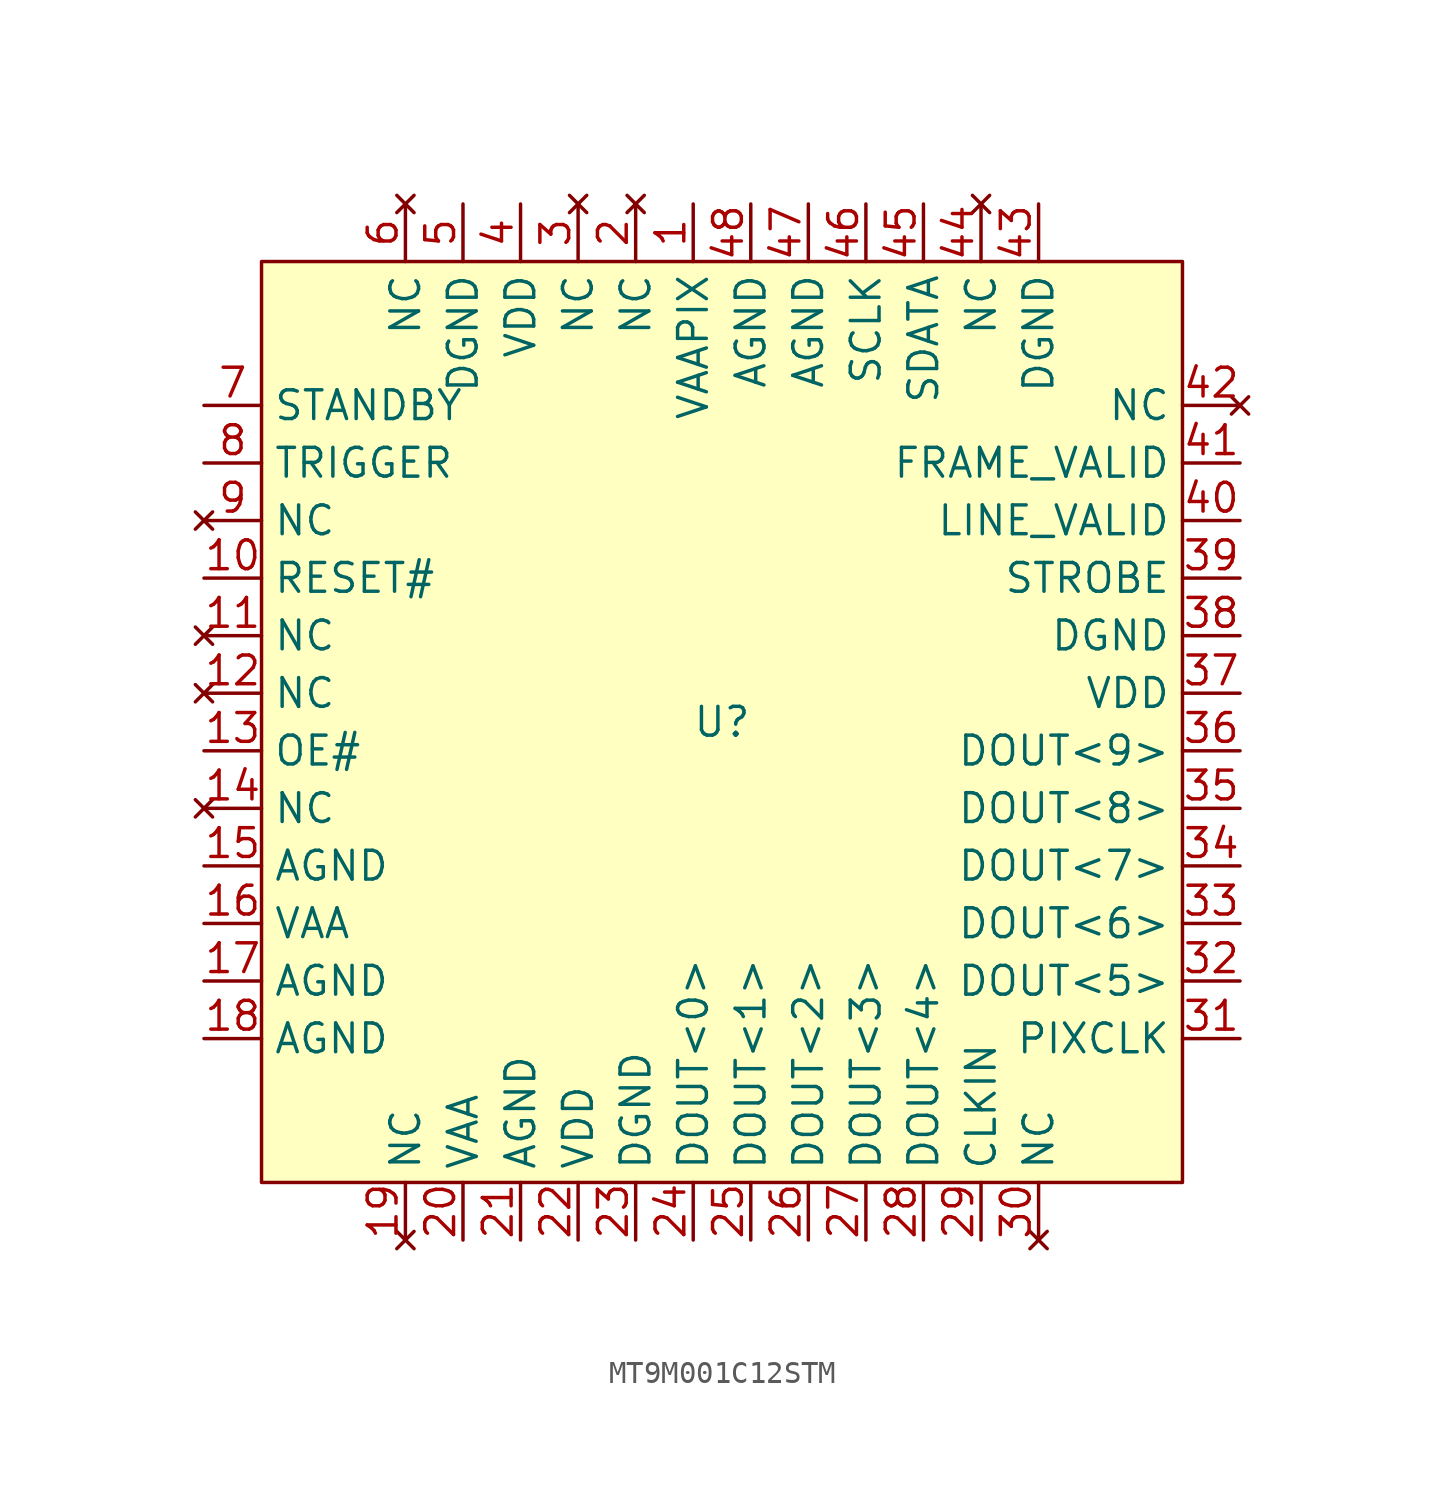
<source format=kicad_sym>
(kicad_symbol_lib
  (version 20241209)
  (generator "kicad_symbol_editor")
  (generator_version "9.0")
  (symbol "MT9M001C12STM"
    (property "Reference" "U"
      (at 0 0 0)
      (effects (font (size 1.27 1.27))))
    (property "Value" ""
      (at 0 0 0)
      (effects (font (size 1.27 1.27))))
    (symbol "MT9M001C12STM_1_0"
      (pin bidirectional line (at -22.86 13.97 0) (length 2.54) (name "STANDBY" (effects (font (size 1.27 1.27)))) (number "7" (effects (font (size 1.27 1.27)))))
      (pin bidirectional line (at -22.86 11.43 0) (length 2.54) (name "TRIGGER" (effects (font (size 1.27 1.27)))) (number "8" (effects (font (size 1.27 1.27)))))
      (pin no_connect line (at -22.86 8.89 0) (length 2.54) (name "NC" (effects (font (size 1.27 1.27)))) (number "9" (effects (font (size 1.27 1.27)))))
      (pin no_connect line (at -22.86 3.81 0) (length 2.54) (name "NC" (effects (font (size 1.27 1.27)))) (number "11" (effects (font (size 1.27 1.27)))))
      (pin no_connect line (at -13.97 22.86 270) (length 2.54) (name "NC" (effects (font (size 1.27 1.27)))) (number "6" (effects (font (size 1.27 1.27)))))
      (pin no_connect line (at -6.35 22.86 270) (length 2.54) (name "NC" (effects (font (size 1.27 1.27)))) (number "3" (effects (font (size 1.27 1.27)))))
      (pin no_connect line (at -3.81 22.86 270) (length 2.54) (name "NC" (effects (font (size 1.27 1.27)))) (number "2" (effects (font (size 1.27 1.27))))))
    (symbol "MT9M001C12STM_1_1"
      (rectangle (start -20.32 20.32) (end 20.32 -20.32) (stroke (width 0) (type default)) (fill (type background)))
      (pin bidirectional line (at -22.86 6.35 0) (length 2.54) (name "RESET#" (effects (font (size 1.27 1.27)))) (number "10" (effects (font (size 1.27 1.27)))))
      (pin no_connect line (at -22.86 1.27 0) (length 2.54) (name "NC" (effects (font (size 1.27 1.27)))) (number "12" (effects (font (size 1.27 1.27)))))
      (pin bidirectional line (at -22.86 -1.27 0) (length 2.54) (name "OE#" (effects (font (size 1.27 1.27)))) (number "13" (effects (font (size 1.27 1.27)))))
      (pin no_connect line (at -22.86 -3.81 0) (length 2.54) (name "NC" (effects (font (size 1.27 1.27)))) (number "14" (effects (font (size 1.27 1.27)))))
      (pin power_in line (at -22.86 -6.35 0) (length 2.54) (name "AGND" (effects (font (size 1.27 1.27)))) (number "15" (effects (font (size 1.27 1.27)))))
      (pin power_in line (at -22.86 -8.89 0) (length 2.54) (name "VAA" (effects (font (size 1.27 1.27)))) (number "16" (effects (font (size 1.27 1.27)))))
      (pin power_in line (at -22.86 -11.43 0) (length 2.54) (name "AGND" (effects (font (size 1.27 1.27)))) (number "17" (effects (font (size 1.27 1.27)))))
      (pin power_in line (at -22.86 -13.97 0) (length 2.54) (name "AGND" (effects (font (size 1.27 1.27)))) (number "18" (effects (font (size 1.27 1.27)))))
      (pin no_connect line (at -13.97 -22.86 90) (length 2.54) (name "NC" (effects (font (size 1.27 1.27)))) (number "19" (effects (font (size 1.27 1.27)))))
      (pin power_in line (at -11.43 22.86 270) (length 2.54) (name "DGND" (effects (font (size 1.27 1.27)))) (number "5" (effects (font (size 1.27 1.27)))))
      (pin power_in line (at -11.43 -22.86 90) (length 2.54) (name "VAA" (effects (font (size 1.27 1.27)))) (number "20" (effects (font (size 1.27 1.27)))))
      (pin power_in line (at -8.89 22.86 270) (length 2.54) (name "VDD" (effects (font (size 1.27 1.27)))) (number "4" (effects (font (size 1.27 1.27)))))
      (pin power_in line (at -8.89 -22.86 90) (length 2.54) (name "AGND" (effects (font (size 1.27 1.27)))) (number "21" (effects (font (size 1.27 1.27)))))
      (pin power_in line (at -6.35 -22.86 90) (length 2.54) (name "VDD" (effects (font (size 1.27 1.27)))) (number "22" (effects (font (size 1.27 1.27)))))
      (pin power_in line (at -3.81 -22.86 90) (length 2.54) (name "DGND" (effects (font (size 1.27 1.27)))) (number "23" (effects (font (size 1.27 1.27)))))
      (pin power_in line (at -1.27 22.86 270) (length 2.54) (name "VAAPIX" (effects (font (size 1.27 1.27)))) (number "1" (effects (font (size 1.27 1.27)))))
      (pin output line (at -1.27 -22.86 90) (length 2.54) (name "DOUT<0>" (effects (font (size 1.27 1.27)))) (number "24" (effects (font (size 1.27 1.27)))))
      (pin power_in line (at 1.27 22.86 270) (length 2.54) (name "AGND" (effects (font (size 1.27 1.27)))) (number "48" (effects (font (size 1.27 1.27)))))
      (pin output line (at 1.27 -22.86 90) (length 2.54) (name "DOUT<1>" (effects (font (size 1.27 1.27)))) (number "25" (effects (font (size 1.27 1.27)))))
      (pin power_in line (at 3.81 22.86 270) (length 2.54) (name "AGND" (effects (font (size 1.27 1.27)))) (number "47" (effects (font (size 1.27 1.27)))))
      (pin output line (at 3.81 -22.86 90) (length 2.54) (name "DOUT<2>" (effects (font (size 1.27 1.27)))) (number "26" (effects (font (size 1.27 1.27)))))
      (pin bidirectional line (at 6.35 22.86 270) (length 2.54) (name "SCLK" (effects (font (size 1.27 1.27)))) (number "46" (effects (font (size 1.27 1.27)))))
      (pin output line (at 6.35 -22.86 90) (length 2.54) (name "DOUT<3>" (effects (font (size 1.27 1.27)))) (number "27" (effects (font (size 1.27 1.27)))))
      (pin bidirectional line (at 8.89 22.86 270) (length 2.54) (name "SDATA" (effects (font (size 1.27 1.27)))) (number "45" (effects (font (size 1.27 1.27)))))
      (pin output line (at 8.89 -22.86 90) (length 2.54) (name "DOUT<4>" (effects (font (size 1.27 1.27)))) (number "28" (effects (font (size 1.27 1.27)))))
      (pin no_connect line (at 11.43 22.86 270) (length 2.54) (name "NC" (effects (font (size 1.27 1.27)))) (number "44" (effects (font (size 1.27 1.27)))))
      (pin bidirectional line (at 11.43 -22.86 90) (length 2.54) (name "CLKIN" (effects (font (size 1.27 1.27)))) (number "29" (effects (font (size 1.27 1.27)))))
      (pin power_in line (at 13.97 22.86 270) (length 2.54) (name "DGND" (effects (font (size 1.27 1.27)))) (number "43" (effects (font (size 1.27 1.27)))))
      (pin no_connect line (at 13.97 -22.86 90) (length 2.54) (name "NC" (effects (font (size 1.27 1.27)))) (number "30" (effects (font (size 1.27 1.27)))))
      (pin no_connect line (at 22.86 13.97 180) (length 2.54) (name "NC" (effects (font (size 1.27 1.27)))) (number "42" (effects (font (size 1.27 1.27)))))
      (pin bidirectional line (at 22.86 11.43 180) (length 2.54) (name "FRAME_VALID" (effects (font (size 1.27 1.27)))) (number "41" (effects (font (size 1.27 1.27)))))
      (pin bidirectional line (at 22.86 8.89 180) (length 2.54) (name "LINE_VALID" (effects (font (size 1.27 1.27)))) (number "40" (effects (font (size 1.27 1.27)))))
      (pin bidirectional line (at 22.86 6.35 180) (length 2.54) (name "STROBE" (effects (font (size 1.27 1.27)))) (number "39" (effects (font (size 1.27 1.27)))))
      (pin power_in line (at 22.86 3.81 180) (length 2.54) (name "DGND" (effects (font (size 1.27 1.27)))) (number "38" (effects (font (size 1.27 1.27)))))
      (pin power_in line (at 22.86 1.27 180) (length 2.54) (name "VDD" (effects (font (size 1.27 1.27)))) (number "37" (effects (font (size 1.27 1.27)))))
      (pin output line (at 22.86 -1.27 180) (length 2.54) (name "DOUT<9>" (effects (font (size 1.27 1.27)))) (number "36" (effects (font (size 1.27 1.27)))))
      (pin output line (at 22.86 -3.81 180) (length 2.54) (name "DOUT<8>" (effects (font (size 1.27 1.27)))) (number "35" (effects (font (size 1.27 1.27)))))
      (pin output line (at 22.86 -6.35 180) (length 2.54) (name "DOUT<7>" (effects (font (size 1.27 1.27)))) (number "34" (effects (font (size 1.27 1.27)))))
      (pin output line (at 22.86 -8.89 180) (length 2.54) (name "DOUT<6>" (effects (font (size 1.27 1.27)))) (number "33" (effects (font (size 1.27 1.27)))))
      (pin output line (at 22.86 -11.43 180) (length 2.54) (name "DOUT<5>" (effects (font (size 1.27 1.27)))) (number "32" (effects (font (size 1.27 1.27)))))
      (pin input line (at 22.86 -13.97 180) (length 2.54) (name "PIXCLK" (effects (font (size 1.27 1.27)))) (number "31" (effects (font (size 1.27 1.27))))))))
</source>
